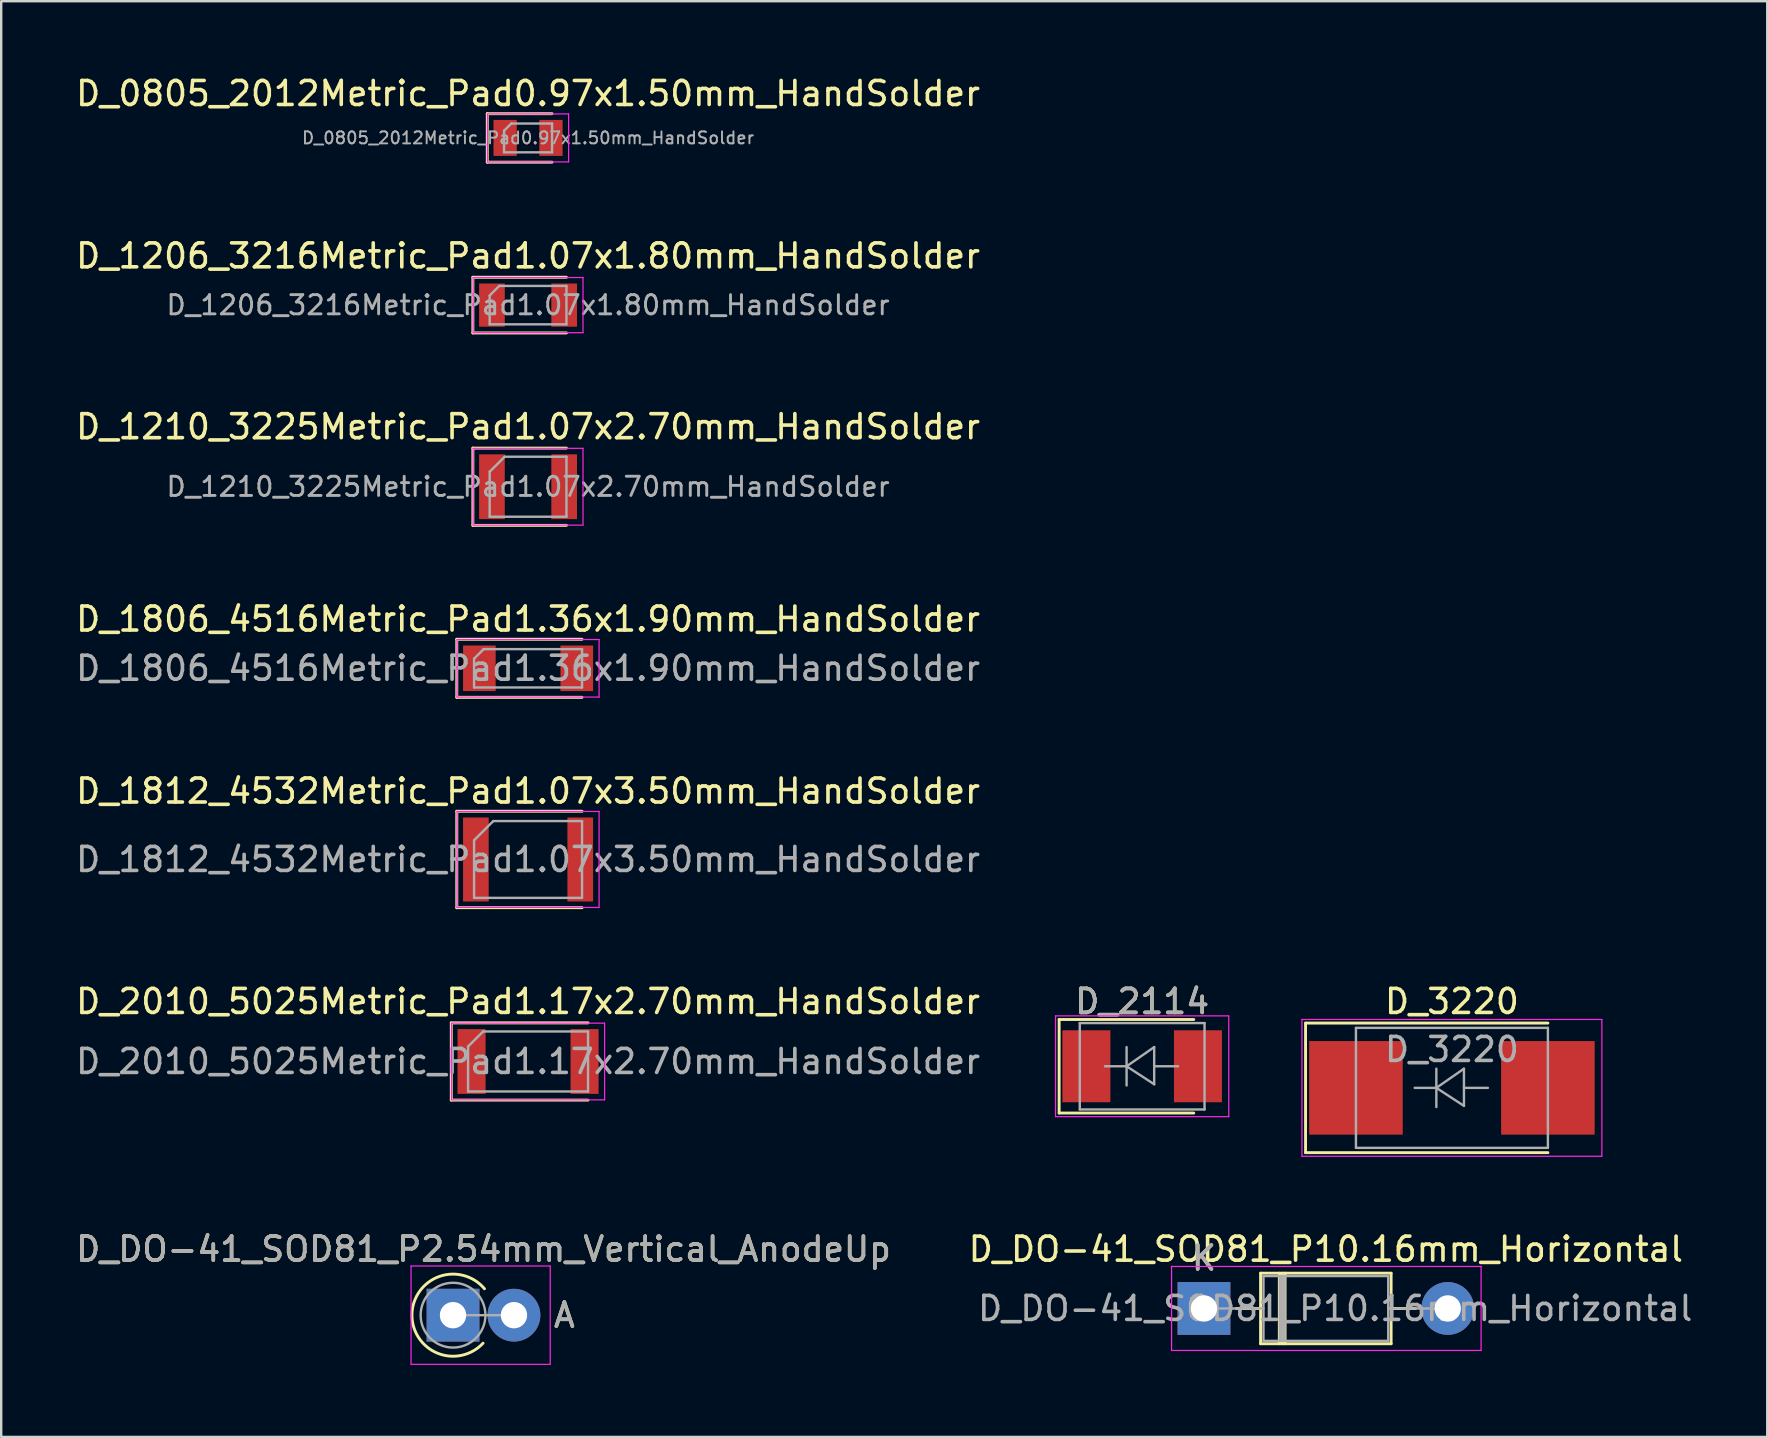
<source format=kicad_pcb>
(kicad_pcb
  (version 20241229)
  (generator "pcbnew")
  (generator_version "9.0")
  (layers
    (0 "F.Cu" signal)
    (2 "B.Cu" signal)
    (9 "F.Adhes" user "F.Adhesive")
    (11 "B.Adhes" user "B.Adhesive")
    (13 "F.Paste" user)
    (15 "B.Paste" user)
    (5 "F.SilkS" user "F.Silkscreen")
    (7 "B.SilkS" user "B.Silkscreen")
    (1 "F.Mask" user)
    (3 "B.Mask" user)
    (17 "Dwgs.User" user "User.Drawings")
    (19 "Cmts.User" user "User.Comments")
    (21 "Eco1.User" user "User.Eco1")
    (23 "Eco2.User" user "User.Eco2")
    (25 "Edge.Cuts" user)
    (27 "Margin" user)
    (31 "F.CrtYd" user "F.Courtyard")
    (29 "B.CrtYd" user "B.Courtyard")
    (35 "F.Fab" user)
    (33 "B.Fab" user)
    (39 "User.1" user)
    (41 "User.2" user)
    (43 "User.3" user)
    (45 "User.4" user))
  (footprint "D_2114"
    (layer "F.Cu")
    (at 44.552 41.389)
    (property "Reference" "D_2114" (at 0 -2.7 0) (layer "F.SilkS") (effects (font (size 1 1) (thickness 0.15))))
    (attr smd)
    (fp_line (start -3.46 -1.95) (end -3.46 1.95) (stroke (width 0.12) (type solid)) (layer "F.SilkS"))
    (fp_line (start -3.46 -1.95) (end 2.15 -1.95) (stroke (width 0.12) (type solid)) (layer "F.SilkS"))
    (fp_line (start -3.46 1.95) (end 2.15 1.95) (stroke (width 0.12) (type solid)) (layer "F.SilkS"))
    (fp_line (start -3.61 -2.1) (end 3.61 -2.1) (stroke (width 0.05) (type solid)) (layer "F.CrtYd"))
    (fp_line (start -3.61 2.1) (end -3.61 -2.1) (stroke (width 0.05) (type solid)) (layer "F.CrtYd"))
    (fp_line (start 3.61 -2.1) (end 3.61 2.1) (stroke (width 0.05) (type solid)) (layer "F.CrtYd"))
    (fp_line (start 3.61 2.1) (end -3.61 2.1) (stroke (width 0.05) (type solid)) (layer "F.CrtYd"))
    (fp_line (start -2.6 1.8) (end -2.6 -1.8) (stroke (width 0.1) (type solid)) (layer "F.Fab"))
    (fp_line (start -0.649 -0.799) (end -0.649 0.801) (stroke (width 0.1) (type solid)) (layer "F.Fab"))
    (fp_line (start -0.649 0.001) (end -1.551 0.001) (stroke (width 0.1) (type solid)) (layer "F.Fab"))
    (fp_line (start -0.649 0.001) (end 0.501 -0.799) (stroke (width 0.1) (type solid)) (layer "F.Fab"))
    (fp_line (start -0.649 0.001) (end 0.501 0.75) (stroke (width 0.1) (type solid)) (layer "F.Fab"))
    (fp_line (start 0.501 0.001) (end 1.499 0.001) (stroke (width 0.1) (type solid)) (layer "F.Fab"))
    (fp_line (start 0.501 0.75) (end 0.501 -0.799) (stroke (width 0.1) (type solid)) (layer "F.Fab"))
    (fp_line (start 2.6 -1.8) (end -2.6 -1.8) (stroke (width 0.1) (type solid)) (layer "F.Fab"))
    (fp_line (start 2.6 1.8) (end -2.6 1.8) (stroke (width 0.1) (type solid)) (layer "F.Fab"))
    (fp_line (start 2.6 1.8) (end 2.6 -1.8) (stroke (width 0.1) (type solid)) (layer "F.Fab"))
    (fp_text user "${REFERENCE}" (at 0 -2.7 0) (layer "F.Fab") (effects (font (size 1 1) (thickness 0.15))))
    (pad "1" smd rect (at -2.325 0) (size 2 3) (layers "F.Cu" "F.Mask" "F.Paste"))
    (pad "2" smd rect (at 2.325 0) (size 2 3) (layers "F.Cu" "F.Mask" "F.Paste")))
  (footprint "D_1206_3216Metric_Pad1.07x1.80mm_HandSolder"
    (layer "F.Cu")
    (at 18.958 9.666)
    (property "Reference" "D_1206_3216Metric_Pad1.07x1.80mm_HandSolder" (at 0 -2.05 0) (layer "F.SilkS") (effects (font (size 1 1) (thickness 0.15))))
    (attr smd)
    (fp_line (start -2.3 -1.16) (end -2.3 1.16) (stroke (width 0.12) (type solid)) (layer "F.SilkS"))
    (fp_line (start -2.3 1.16) (end 1.6 1.16) (stroke (width 0.12) (type solid)) (layer "F.SilkS"))
    (fp_line (start 1.6 -1.16) (end -2.3 -1.16) (stroke (width 0.12) (type solid)) (layer "F.SilkS"))
    (fp_line (start -2.29 -1.15) (end 2.29 -1.15) (stroke (width 0.05) (type solid)) (layer "F.CrtYd"))
    (fp_line (start -2.29 1.15) (end -2.29 -1.15) (stroke (width 0.05) (type solid)) (layer "F.CrtYd"))
    (fp_line (start 2.29 -1.15) (end 2.29 1.15) (stroke (width 0.05) (type solid)) (layer "F.CrtYd"))
    (fp_line (start 2.29 1.15) (end -2.29 1.15) (stroke (width 0.05) (type solid)) (layer "F.CrtYd"))
    (fp_line (start -1.6 -0.4) (end -1.6 0.8) (stroke (width 0.1) (type solid)) (layer "F.Fab"))
    (fp_line (start -1.6 0.8) (end 1.6 0.8) (stroke (width 0.1) (type solid)) (layer "F.Fab"))
    (fp_line (start -1.2 -0.8) (end -1.6 -0.4) (stroke (width 0.1) (type solid)) (layer "F.Fab"))
    (fp_line (start 1.6 -0.8) (end -1.2 -0.8) (stroke (width 0.1) (type solid)) (layer "F.Fab"))
    (fp_line (start 1.6 0.8) (end 1.6 -0.8) (stroke (width 0.1) (type solid)) (layer "F.Fab"))
    (fp_text user "${REFERENCE}" (at 0 0 0) (layer "F.Fab") (effects (font (size 0.8 0.8) (thickness 0.12))))
    (pad "1" smd rect (at -1.505 0) (size 1.07 1.8) (layers "F.Cu" "F.Mask" "F.Paste"))
    (pad "2" smd rect (at 1.505 0) (size 1.07 1.8) (layers "F.Cu" "F.Mask" "F.Paste")))
  (footprint "D_0805_2012Metric_Pad0.97x1.50mm_HandSolder"
    (layer "F.Cu")
    (at 18.958 2.698)
    (property "Reference" "D_0805_2012Metric_Pad0.97x1.50mm_HandSolder" (at 0 -1.85 0) (layer "F.SilkS") (effects (font (size 1 1) (thickness 0.15))))
    (attr smd)
    (fp_line (start -1.7 -1.01) (end -1.7 1.01) (stroke (width 0.12) (type solid)) (layer "F.SilkS"))
    (fp_line (start -1.7 1.01) (end 1 1.01) (stroke (width 0.12) (type solid)) (layer "F.SilkS"))
    (fp_line (start 1 -1.01) (end -1.7 -1.01) (stroke (width 0.12) (type solid)) (layer "F.SilkS"))
    (fp_line (start -1.69 -1) (end 1.69 -1) (stroke (width 0.05) (type solid)) (layer "F.CrtYd"))
    (fp_line (start -1.69 1) (end -1.69 -1) (stroke (width 0.05) (type solid)) (layer "F.CrtYd"))
    (fp_line (start 1.69 -1) (end 1.69 1) (stroke (width 0.05) (type solid)) (layer "F.CrtYd"))
    (fp_line (start 1.69 1) (end -1.69 1) (stroke (width 0.05) (type solid)) (layer "F.CrtYd"))
    (fp_line (start -1 -0.3) (end -1 0.6) (stroke (width 0.1) (type solid)) (layer "F.Fab"))
    (fp_line (start -1 0.6) (end 1 0.6) (stroke (width 0.1) (type solid)) (layer "F.Fab"))
    (fp_line (start -0.7 -0.6) (end -1 -0.3) (stroke (width 0.1) (type solid)) (layer "F.Fab"))
    (fp_line (start 1 -0.6) (end -0.7 -0.6) (stroke (width 0.1) (type solid)) (layer "F.Fab"))
    (fp_line (start 1 0.6) (end 1 -0.6) (stroke (width 0.1) (type solid)) (layer "F.Fab"))
    (fp_text user "${REFERENCE}" (at 0 0 0) (layer "F.Fab") (effects (font (size 0.5 0.5) (thickness 0.08))))
    (pad "1" smd rect (at -0.955 0) (size 0.97 1.5) (layers "F.Cu" "F.Mask" "F.Paste"))
    (pad "2" smd rect (at 0.955 0) (size 0.97 1.5) (layers "F.Cu" "F.Mask" "F.Paste")))
  (footprint "D_1210_3225Metric_Pad1.07x2.70mm_HandSolder"
    (layer "F.Cu")
    (at 18.958 17.235)
    (property "Reference" "D_1210_3225Metric_Pad1.07x2.70mm_HandSolder" (at 0 -2.5 0) (layer "F.SilkS") (effects (font (size 1 1) (thickness 0.15))))
    (attr smd)
    (fp_line (start -2.3 -1.61) (end -2.3 1.61) (stroke (width 0.12) (type solid)) (layer "F.SilkS"))
    (fp_line (start -2.3 1.61) (end 1.6 1.61) (stroke (width 0.12) (type solid)) (layer "F.SilkS"))
    (fp_line (start 1.6 -1.61) (end -2.3 -1.61) (stroke (width 0.12) (type solid)) (layer "F.SilkS"))
    (fp_line (start -2.29 -1.6) (end 2.29 -1.6) (stroke (width 0.05) (type solid)) (layer "F.CrtYd"))
    (fp_line (start -2.29 1.6) (end -2.29 -1.6) (stroke (width 0.05) (type solid)) (layer "F.CrtYd"))
    (fp_line (start 2.29 -1.6) (end 2.29 1.6) (stroke (width 0.05) (type solid)) (layer "F.CrtYd"))
    (fp_line (start 2.29 1.6) (end -2.29 1.6) (stroke (width 0.05) (type solid)) (layer "F.CrtYd"))
    (fp_line (start -1.6 -0.625) (end -1.6 1.25) (stroke (width 0.1) (type solid)) (layer "F.Fab"))
    (fp_line (start -1.6 1.25) (end 1.6 1.25) (stroke (width 0.1) (type solid)) (layer "F.Fab"))
    (fp_line (start -0.975 -1.25) (end -1.6 -0.625) (stroke (width 0.1) (type solid)) (layer "F.Fab"))
    (fp_line (start 1.6 -1.25) (end -0.975 -1.25) (stroke (width 0.1) (type solid)) (layer "F.Fab"))
    (fp_line (start 1.6 1.25) (end 1.6 -1.25) (stroke (width 0.1) (type solid)) (layer "F.Fab"))
    (fp_text user "${REFERENCE}" (at 0 0 0) (layer "F.Fab") (effects (font (size 0.8 0.8) (thickness 0.12))))
    (pad "1" smd rect (at -1.505 0) (size 1.07 2.7) (layers "F.Cu" "F.Mask" "F.Paste"))
    (pad "2" smd rect (at 1.505 0) (size 1.07 2.7) (layers "F.Cu" "F.Mask" "F.Paste")))
  (footprint "D_3220"
    (layer "F.Cu")
    (at 57.462 42.289)
    (property "Reference" "D_3220" (at 0 -3.6 0) (layer "F.SilkS") (effects (font (size 1 1) (thickness 0.15))))
    (attr smd)
    (fp_line (start -6.1 -2.7) (end 4 -2.7) (stroke (width 0.12) (type solid)) (layer "F.SilkS"))
    (fp_line (start -6.1 2.7) (end -6.1 -2.7) (stroke (width 0.12) (type solid)) (layer "F.SilkS"))
    (fp_line (start -6.1 2.7) (end 4 2.7) (stroke (width 0.12) (type solid)) (layer "F.SilkS"))
    (fp_line (start -6.25 -2.85) (end 6.25 -2.85) (stroke (width 0.05) (type solid)) (layer "F.CrtYd"))
    (fp_line (start -6.25 2.85) (end -6.25 -2.85) (stroke (width 0.05) (type solid)) (layer "F.CrtYd"))
    (fp_line (start -6.25 2.85) (end 6.25 2.85) (stroke (width 0.05) (type solid)) (layer "F.CrtYd"))
    (fp_line (start 6.25 2.85) (end 6.25 -2.85) (stroke (width 0.05) (type solid)) (layer "F.CrtYd"))
    (fp_line (start -4 2.5) (end -4 -2.5) (stroke (width 0.1) (type solid)) (layer "F.Fab"))
    (fp_line (start -0.649 -0.799) (end -0.649 0.801) (stroke (width 0.1) (type solid)) (layer "F.Fab"))
    (fp_line (start -0.649 0.001) (end -1.551 0.001) (stroke (width 0.1) (type solid)) (layer "F.Fab"))
    (fp_line (start -0.649 0.001) (end 0.501 -0.799) (stroke (width 0.1) (type solid)) (layer "F.Fab"))
    (fp_line (start -0.649 0.001) (end 0.501 0.75) (stroke (width 0.1) (type solid)) (layer "F.Fab"))
    (fp_line (start 0.501 0.001) (end 1.499 0.001) (stroke (width 0.1) (type solid)) (layer "F.Fab"))
    (fp_line (start 0.501 0.75) (end 0.501 -0.799) (stroke (width 0.1) (type solid)) (layer "F.Fab"))
    (fp_line (start 4 -2.5) (end -4 -2.5) (stroke (width 0.1) (type solid)) (layer "F.Fab"))
    (fp_line (start 4 -2.5) (end 4 2.5) (stroke (width 0.1) (type solid)) (layer "F.Fab"))
    (fp_line (start 4 2.5) (end -4 2.5) (stroke (width 0.1) (type solid)) (layer "F.Fab"))
    (fp_text user "${REFERENCE}" (at 0 -1.6 0) (layer "F.Fab") (effects (font (size 1 1) (thickness 0.15))))
    (pad "1" smd rect (at -4 0 90) (size 3.9 3.9) (layers "F.Cu" "F.Mask" "F.Paste"))
    (pad "2" smd rect (at 4 0 90) (size 3.9 3.9) (layers "F.Cu" "F.Mask" "F.Paste")))
  (footprint "D_1806_4516Metric_Pad1.36x1.90mm_HandSolder"
    (layer "F.Cu")
    (at 18.958 24.803)
    (property "Reference" "D_1806_4516Metric_Pad1.36x1.90mm_HandSolder" (at 0 -2.05 0) (layer "F.SilkS") (effects (font (size 1 1) (thickness 0.15))))
    (attr smd)
    (fp_line (start -2.97 -1.21) (end -2.97 1.21) (stroke (width 0.12) (type solid)) (layer "F.SilkS"))
    (fp_line (start -2.97 1.21) (end 2.25 1.21) (stroke (width 0.12) (type solid)) (layer "F.SilkS"))
    (fp_line (start 2.25 -1.21) (end -2.97 -1.21) (stroke (width 0.12) (type solid)) (layer "F.SilkS"))
    (fp_line (start -2.96 -1.2) (end 2.96 -1.2) (stroke (width 0.05) (type solid)) (layer "F.CrtYd"))
    (fp_line (start -2.96 1.2) (end -2.96 -1.2) (stroke (width 0.05) (type solid)) (layer "F.CrtYd"))
    (fp_line (start 2.96 -1.2) (end 2.96 1.2) (stroke (width 0.05) (type solid)) (layer "F.CrtYd"))
    (fp_line (start 2.96 1.2) (end -2.96 1.2) (stroke (width 0.05) (type solid)) (layer "F.CrtYd"))
    (fp_line (start -2.25 -0.4) (end -2.25 0.8) (stroke (width 0.1) (type solid)) (layer "F.Fab"))
    (fp_line (start -2.25 0.8) (end 2.25 0.8) (stroke (width 0.1) (type solid)) (layer "F.Fab"))
    (fp_line (start -1.85 -0.8) (end -2.25 -0.4) (stroke (width 0.1) (type solid)) (layer "F.Fab"))
    (fp_line (start 2.25 -0.8) (end -1.85 -0.8) (stroke (width 0.1) (type solid)) (layer "F.Fab"))
    (fp_line (start 2.25 0.8) (end 2.25 -0.8) (stroke (width 0.1) (type solid)) (layer "F.Fab"))
    (fp_text user "${REFERENCE}" (at 0 0 0) (layer "F.Fab") (effects (font (size 1 1) (thickness 0.15))))
    (pad "1" smd rect (at -2.03 0) (size 1.36 1.9) (layers "F.Cu" "F.Mask" "F.Paste"))
    (pad "2" smd rect (at 2.03 0) (size 1.36 1.9) (layers "F.Cu" "F.Mask" "F.Paste")))
  (footprint "D_DO-41_SOD81_P10.16mm_Horizontal"
    (layer "F.Cu")
    (at 47.128 51.483)
    (property "Reference" "D_DO-41_SOD81_P10.16mm_Horizontal" (at 5.08 -2.47 0) (layer "F.SilkS") (effects (font (size 1 1) (thickness 0.15))))
    (attr through_hole)
    (fp_line (start 1.34 0) (end 2.36 0) (stroke (width 0.12) (type solid)) (layer "F.SilkS"))
    (fp_line (start 2.36 -1.47) (end 2.36 1.47) (stroke (width 0.12) (type solid)) (layer "F.SilkS"))
    (fp_line (start 2.36 1.47) (end 7.8 1.47) (stroke (width 0.12) (type solid)) (layer "F.SilkS"))
    (fp_line (start 3.14 -1.47) (end 3.14 1.47) (stroke (width 0.12) (type solid)) (layer "F.SilkS"))
    (fp_line (start 3.26 -1.47) (end 3.26 1.47) (stroke (width 0.12) (type solid)) (layer "F.SilkS"))
    (fp_line (start 3.38 -1.47) (end 3.38 1.47) (stroke (width 0.12) (type solid)) (layer "F.SilkS"))
    (fp_line (start 7.8 -1.47) (end 2.36 -1.47) (stroke (width 0.12) (type solid)) (layer "F.SilkS"))
    (fp_line (start 7.8 1.47) (end 7.8 -1.47) (stroke (width 0.12) (type solid)) (layer "F.SilkS"))
    (fp_line (start 8.82 0) (end 7.8 0) (stroke (width 0.12) (type solid)) (layer "F.SilkS"))
    (fp_line (start -1.35 -1.75) (end -1.35 1.75) (stroke (width 0.05) (type solid)) (layer "F.CrtYd"))
    (fp_line (start -1.35 1.75) (end 11.55 1.75) (stroke (width 0.05) (type solid)) (layer "F.CrtYd"))
    (fp_line (start 11.55 -1.75) (end -1.35 -1.75) (stroke (width 0.05) (type solid)) (layer "F.CrtYd"))
    (fp_line (start 11.55 1.75) (end 11.55 -1.75) (stroke (width 0.05) (type solid)) (layer "F.CrtYd"))
    (fp_line (start 0 0) (end 2.48 0) (stroke (width 0.1) (type solid)) (layer "F.Fab"))
    (fp_line (start 2.48 -1.35) (end 2.48 1.35) (stroke (width 0.1) (type solid)) (layer "F.Fab"))
    (fp_line (start 2.48 1.35) (end 7.68 1.35) (stroke (width 0.1) (type solid)) (layer "F.Fab"))
    (fp_line (start 3.16 -1.35) (end 3.16 1.35) (stroke (width 0.1) (type solid)) (layer "F.Fab"))
    (fp_line (start 3.26 -1.35) (end 3.26 1.35) (stroke (width 0.1) (type solid)) (layer "F.Fab"))
    (fp_line (start 3.36 -1.35) (end 3.36 1.35) (stroke (width 0.1) (type solid)) (layer "F.Fab"))
    (fp_line (start 7.68 -1.35) (end 2.48 -1.35) (stroke (width 0.1) (type solid)) (layer "F.Fab"))
    (fp_line (start 7.68 1.35) (end 7.68 -1.35) (stroke (width 0.1) (type solid)) (layer "F.Fab"))
    (fp_line (start 10.16 0) (end 7.68 0) (stroke (width 0.1) (type solid)) (layer "F.Fab"))
    (fp_text user "K" (at 0 -2.1 0) (layer "F.SilkS") (effects (font (size 1 1) (thickness 0.15))))
    (fp_text user "K" (at 0 -2.1 0) (layer "F.Fab") (effects (font (size 1 1) (thickness 0.15))))
    (fp_text user "${REFERENCE}" (at 5.47 0 0) (layer "F.Fab") (effects (font (size 1 1) (thickness 0.15))))
    (pad "1" thru_hole rect (at 0 0) (size 2.2 2.2) (drill 1.1) (layers "*.Cu" "*.Mask"))
    (pad "2" thru_hole oval (at 10.16 0) (size 2.2 2.2) (drill 1.1) (layers "*.Cu" "*.Mask")))
  (footprint "D_1812_4532Metric_Pad1.07x3.50mm_HandSolder"
    (layer "F.Cu")
    (at 18.958 32.771)
    (property "Reference" "D_1812_4532Metric_Pad1.07x3.50mm_HandSolder" (at 0 -2.85 0) (layer "F.SilkS") (effects (font (size 1 1) (thickness 0.15))))
    (attr smd)
    (fp_line (start -2.97 -2.01) (end -2.97 2.01) (stroke (width 0.12) (type solid)) (layer "F.SilkS"))
    (fp_line (start -2.97 2.01) (end 2.25 2.01) (stroke (width 0.12) (type solid)) (layer "F.SilkS"))
    (fp_line (start 2.25 -2.01) (end -2.97 -2.01) (stroke (width 0.12) (type solid)) (layer "F.SilkS"))
    (fp_line (start -2.96 -2) (end 2.96 -2) (stroke (width 0.05) (type solid)) (layer "F.CrtYd"))
    (fp_line (start -2.96 2) (end -2.96 -2) (stroke (width 0.05) (type solid)) (layer "F.CrtYd"))
    (fp_line (start 2.96 -2) (end 2.96 2) (stroke (width 0.05) (type solid)) (layer "F.CrtYd"))
    (fp_line (start 2.96 2) (end -2.96 2) (stroke (width 0.05) (type solid)) (layer "F.CrtYd"))
    (fp_line (start -2.25 -0.8) (end -2.25 1.6) (stroke (width 0.1) (type solid)) (layer "F.Fab"))
    (fp_line (start -2.25 1.6) (end 2.25 1.6) (stroke (width 0.1) (type solid)) (layer "F.Fab"))
    (fp_line (start -1.45 -1.6) (end -2.25 -0.8) (stroke (width 0.1) (type solid)) (layer "F.Fab"))
    (fp_line (start 2.25 -1.6) (end -1.45 -1.6) (stroke (width 0.1) (type solid)) (layer "F.Fab"))
    (fp_line (start 2.25 1.6) (end 2.25 -1.6) (stroke (width 0.1) (type solid)) (layer "F.Fab"))
    (fp_text user "${REFERENCE}" (at 0 0 0) (layer "F.Fab") (effects (font (size 1 1) (thickness 0.15))))
    (pad "1" smd rect (at -2.175 0) (size 1.07 3.5) (layers "F.Cu" "F.Mask" "F.Paste"))
    (pad "2" smd rect (at 2.175 0) (size 1.07 3.5) (layers "F.Cu" "F.Mask" "F.Paste")))
  (footprint "D_DO-41_SOD81_P2.54mm_Vertical_AnodeUp"
    (layer "F.Cu")
    (at 15.831 51.763)
    (property "Reference" "D_DO-41_SOD81_P2.54mm_Vertical_AnodeUp" (at 1.27 -2.751 0) (layer "F.SilkS") (effects (font (size 1 1) (thickness 0.15))))
    (attr through_hole)
    (fp_arc (start 1.251551 1.167366) (mid -1.710877 -0.044974) (end 1.311153 -1.1) (stroke (width 0.12) (type solid)) (layer "F.SilkS"))
    (fp_line (start -1.75 -2.05) (end -1.75 2.05) (stroke (width 0.05) (type solid)) (layer "F.CrtYd"))
    (fp_line (start -1.75 2.05) (end 4.05 2.05) (stroke (width 0.05) (type solid)) (layer "F.CrtYd"))
    (fp_line (start 4.05 -2.05) (end -1.75 -2.05) (stroke (width 0.05) (type solid)) (layer "F.CrtYd"))
    (fp_line (start 4.05 2.05) (end 4.05 -2.05) (stroke (width 0.05) (type solid)) (layer "F.CrtYd"))
    (fp_line (start 0 0) (end 2.54 0) (stroke (width 0.1) (type solid)) (layer "F.Fab"))
    (fp_circle (center 0 0) (end 1.35 0) (stroke (width 0.1) (type solid)) (fill no) (layer "F.Fab"))
    (fp_text user "A" (at 4.64 0 0) (layer "F.SilkS") (effects (font (size 1 1) (thickness 0.15))))
    (fp_text user "A" (at 4.64 0 0) (layer "F.Fab") (effects (font (size 1 1) (thickness 0.15))))
    (fp_text user "${REFERENCE}" (at 1.27 -2.751 0) (layer "F.Fab") (effects (font (size 1 1) (thickness 0.15))))
    (pad "1" thru_hole rect (at 0 0) (size 2.2 2.2) (drill 1.1) (layers "*.Cu" "*.Mask"))
    (pad "2" thru_hole oval (at 2.54 0) (size 2.2 2.2) (drill 1.1) (layers "*.Cu" "*.Mask")))
  (footprint "D_2010_5025Metric_Pad1.17x2.70mm_HandSolder"
    (layer "F.Cu")
    (at 18.958 41.19)
    (property "Reference" "D_2010_5025Metric_Pad1.17x2.70mm_HandSolder" (at 0 -2.5 0) (layer "F.SilkS") (effects (font (size 1 1) (thickness 0.15))))
    (attr smd)
    (fp_line (start -3.2 -1.61) (end -3.2 1.61) (stroke (width 0.12) (type solid)) (layer "F.SilkS"))
    (fp_line (start -3.2 1.61) (end 2.5 1.61) (stroke (width 0.12) (type solid)) (layer "F.SilkS"))
    (fp_line (start 2.5 -1.61) (end -3.2 -1.61) (stroke (width 0.12) (type solid)) (layer "F.SilkS"))
    (fp_line (start -3.19 -1.6) (end 3.19 -1.6) (stroke (width 0.05) (type solid)) (layer "F.CrtYd"))
    (fp_line (start -3.19 1.6) (end -3.19 -1.6) (stroke (width 0.05) (type solid)) (layer "F.CrtYd"))
    (fp_line (start 3.19 -1.6) (end 3.19 1.6) (stroke (width 0.05) (type solid)) (layer "F.CrtYd"))
    (fp_line (start 3.19 1.6) (end -3.19 1.6) (stroke (width 0.05) (type solid)) (layer "F.CrtYd"))
    (fp_line (start -2.5 -0.625) (end -2.5 1.25) (stroke (width 0.1) (type solid)) (layer "F.Fab"))
    (fp_line (start -2.5 1.25) (end 2.5 1.25) (stroke (width 0.1) (type solid)) (layer "F.Fab"))
    (fp_line (start -1.875 -1.25) (end -2.5 -0.625) (stroke (width 0.1) (type solid)) (layer "F.Fab"))
    (fp_line (start 2.5 -1.25) (end -1.875 -1.25) (stroke (width 0.1) (type solid)) (layer "F.Fab"))
    (fp_line (start 2.5 1.25) (end 2.5 -1.25) (stroke (width 0.1) (type solid)) (layer "F.Fab"))
    (fp_text user "${REFERENCE}" (at 0 0 0) (layer "F.Fab") (effects (font (size 1 1) (thickness 0.15))))
    (pad "1" smd rect (at -2.355 0) (size 1.17 2.7) (layers "F.Cu" "F.Mask" "F.Paste"))
    (pad "2" smd rect (at 2.355 0) (size 1.17 2.7) (layers "F.Cu" "F.Mask" "F.Paste")))
  (gr_rect
    (start -3 -3)
    (end 70.604 56.838)
    (stroke (width 0.1) (type default))
    (fill no)
    (layer "Edge.Cuts")))
</source>
